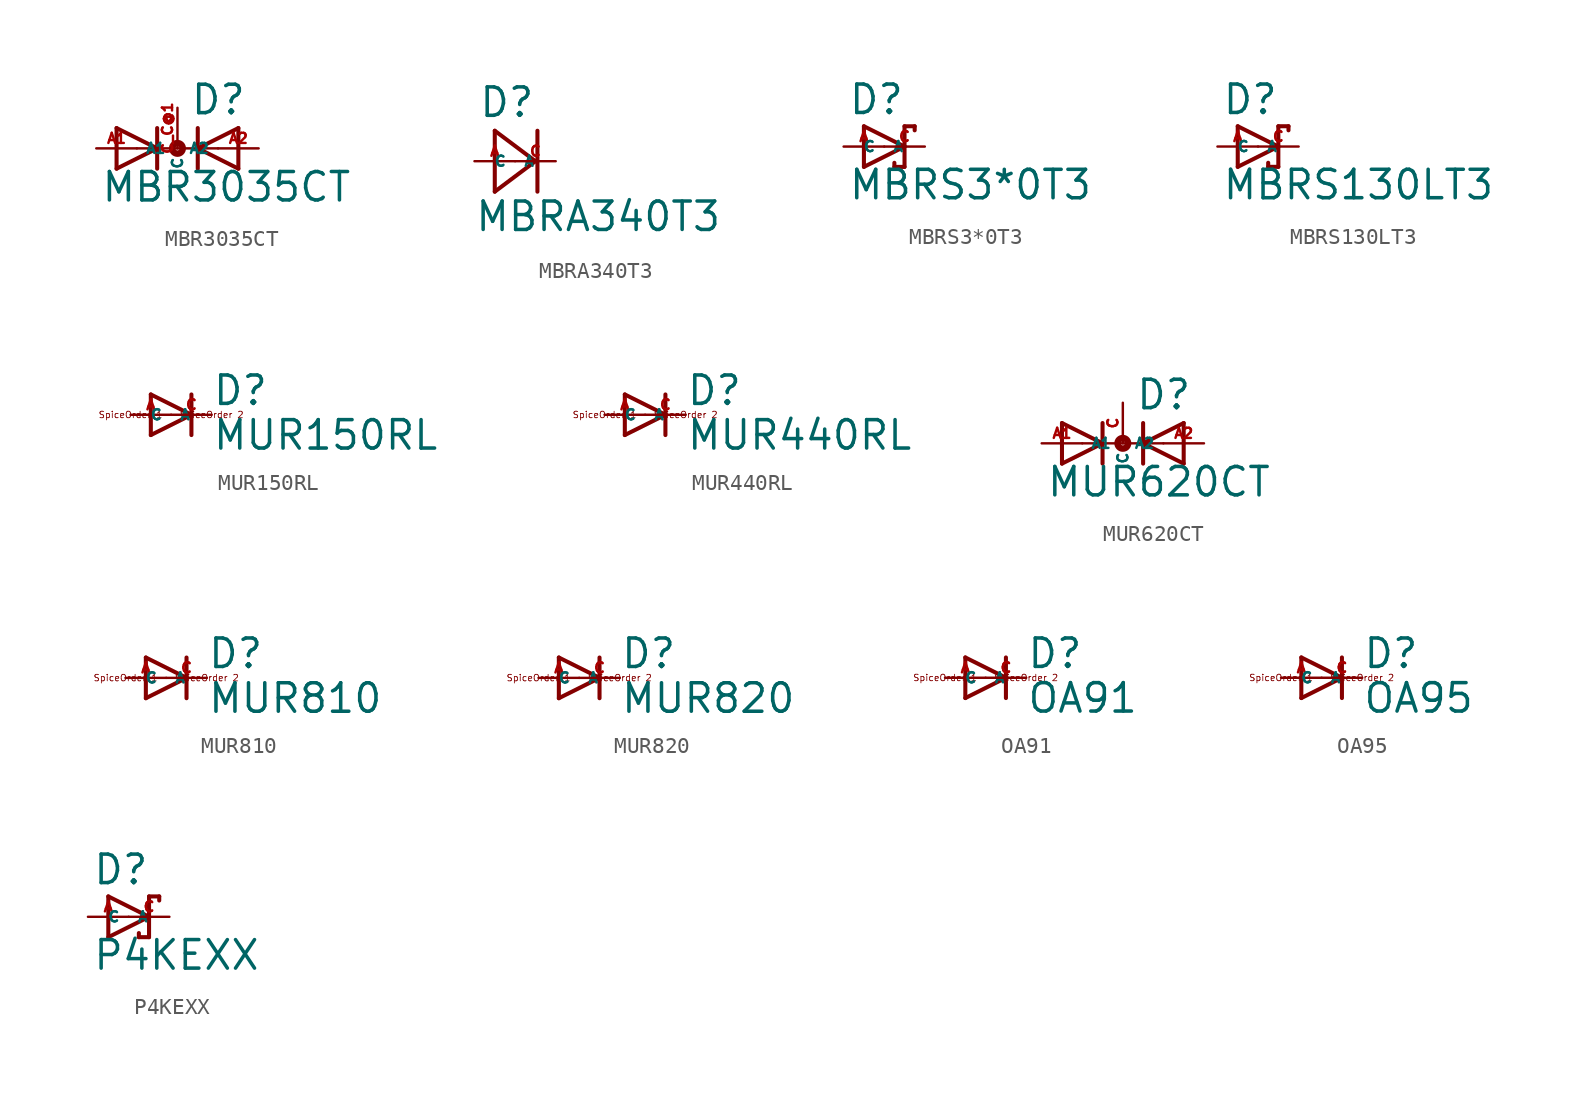
<source format=kicad_sym>
(kicad_symbol_lib
  (version 20220914)
  (generator Eagle2Kicad)
  (symbol "MBR3035CT"
    (property "Reference" "D"
      (at 0.762 2.007 0)
      (effects (font (size 1.778 1.778) (thickness 0.22)) (justify left bottom)))
    (property "Value" "MBR3035CT"
      (at -4.826 -3.454 0)
      (effects (font (size 1.778 1.778) (thickness 0.22)) (justify left bottom)))
    (polyline
      (pts (xy -3.81 -1.27) (xy -1.27 0))
      (stroke (width 0.254) (type default))
      (fill (type none)))
    (polyline
      (pts (xy -1.27 0) (xy -3.81 1.27))
      (stroke (width 0.254) (type default))
      (fill (type none)))
    (polyline
      (pts (xy -1.27 1.27) (xy -1.27 0))
      (stroke (width 0.254) (type default))
      (fill (type none)))
    (polyline
      (pts (xy -2.54 0) (xy -1.27 0))
      (stroke (width 0.152) (type default))
      (fill (type none)))
    (polyline
      (pts (xy -3.81 1.27) (xy -3.81 -1.27))
      (stroke (width 0.254) (type default))
      (fill (type none)))
    (polyline
      (pts (xy -1.27 0) (xy -1.27 -1.27))
      (stroke (width 0.254) (type default))
      (fill (type none)))
    (polyline
      (pts (xy 3.81 1.27) (xy 1.27 0))
      (stroke (width 0.254) (type default))
      (fill (type none)))
    (polyline
      (pts (xy 1.27 0) (xy 3.81 -1.27))
      (stroke (width 0.254) (type default))
      (fill (type none)))
    (polyline
      (pts (xy 1.27 -1.27) (xy 1.27 0))
      (stroke (width 0.254) (type default))
      (fill (type none)))
    (polyline
      (pts (xy -1.27 0) (xy 1.27 0))
      (stroke (width 0.152) (type default))
      (fill (type none)))
    (polyline
      (pts (xy 2.54 0) (xy 1.27 0))
      (stroke (width 0.152) (type default))
      (fill (type none)))
    (polyline
      (pts (xy 3.81 -1.27) (xy 3.81 1.27))
      (stroke (width 0.254) (type default))
      (fill (type none)))
    (polyline
      (pts (xy 1.27 0) (xy 1.27 1.27))
      (stroke (width 0.254) (type default))
      (fill (type none)))
    (circle
      (center 0 0)
      (radius 0.127)
      (stroke (width 0.406) (type default))
      (fill (type none)))
    (pin passive line
      (at -5.08 0 0)
      (length 2.54)
      (name "A1" (effects (font (size 0.635 0.635) (thickness 0.08)) (justify left bottom)))
      (number "A1" (effects (font (size 0.635 0.635) (thickness 0.08)) (justify left bottom))))
    (pin passive line
      (at 5.08 0 180)
      (length 2.54)
      (name "A2" (effects (font (size 0.635 0.635) (thickness 0.08)) (justify left bottom)))
      (number "A2" (effects (font (size 0.635 0.635) (thickness 0.08)) (justify left bottom))))
    (pin passive line
      (at 0 2.54 270)
      (length 2.54)
      (name "C" (effects (font (size 0.635 0.635) (thickness 0.08)) (justify left bottom)))
      (number "C C@1" (effects (font (size 0.635 0.635) (thickness 0.08)) (justify left bottom)))))
  (symbol "MBRA340T3"
    (property "Reference" "D"
      (at -2.311 2.642 0)
      (effects (font (size 1.778 1.778) (thickness 0.22)) (justify left bottom)))
    (property "Value" "MBRA340T3"
      (at -2.565 -4.496 0)
      (effects (font (size 1.778 1.778) (thickness 0.22)) (justify left bottom)))
    (polyline
      (pts (xy -1.27 -1.905) (xy 1.27 0))
      (stroke (width 0.254) (type default))
      (fill (type none)))
    (polyline
      (pts (xy 1.27 0) (xy -1.27 1.905))
      (stroke (width 0.254) (type default))
      (fill (type none)))
    (polyline
      (pts (xy -1.27 1.905) (xy -1.27 -1.905))
      (stroke (width 0.254) (type default))
      (fill (type none)))
    (polyline
      (pts (xy 1.397 1.905) (xy 1.397 -1.905))
      (stroke (width 0.254) (type default))
      (fill (type none)))
    (pin passive line
      (at -2.54 0 0)
      (length 2.54)
      (name "A" (effects (font (size 0.635 0.635) (thickness 0.08)) (justify left bottom)))
      (number "A" (effects (font (size 0.635 0.635) (thickness 0.08)) (justify left bottom))))
    (pin passive line
      (at 2.54 0 180)
      (length 2.54)
      (name "C" (effects (font (size 0.635 0.635) (thickness 0.08)) (justify left bottom)))
      (number "C" (effects (font (size 0.635 0.635) (thickness 0.08)) (justify left bottom)))))
  (symbol "MBRS3*0T3"
    (property "Reference" "D"
      (at -2.286 1.905 0)
      (effects (font (size 1.778 1.778) (thickness 0.22)) (justify left bottom)))
    (property "Value" "MBRS3*0T3"
      (at -2.286 -3.429 0)
      (effects (font (size 1.778 1.778) (thickness 0.22)) (justify left bottom)))
    (polyline
      (pts (xy -1.27 -1.27) (xy 1.27 0))
      (stroke (width 0.254) (type default))
      (fill (type none)))
    (polyline
      (pts (xy 1.27 0) (xy -1.27 1.27))
      (stroke (width 0.254) (type default))
      (fill (type none)))
    (polyline
      (pts (xy 1.905 1.27) (xy 1.27 1.27))
      (stroke (width 0.254) (type default))
      (fill (type none)))
    (polyline
      (pts (xy 1.27 1.27) (xy 1.27 0))
      (stroke (width 0.254) (type default))
      (fill (type none)))
    (polyline
      (pts (xy -1.27 1.27) (xy -1.27 -1.27))
      (stroke (width 0.254) (type default))
      (fill (type none)))
    (polyline
      (pts (xy 1.27 0) (xy 1.27 -1.27))
      (stroke (width 0.254) (type default))
      (fill (type none)))
    (polyline
      (pts (xy 1.905 1.27) (xy 1.905 1.016))
      (stroke (width 0.254) (type default))
      (fill (type none)))
    (polyline
      (pts (xy 1.27 -1.27) (xy 0.635 -1.27))
      (stroke (width 0.254) (type default))
      (fill (type none)))
    (polyline
      (pts (xy 0.635 -1.016) (xy 0.635 -1.27))
      (stroke (width 0.254) (type default))
      (fill (type none)))
    (pin passive line
      (at -2.54 0 0)
      (length 2.54)
      (name "A" (effects (font (size 0.635 0.635) (thickness 0.08)) (justify left bottom)))
      (number "A" (effects (font (size 0.635 0.635) (thickness 0.08)) (justify left bottom))))
    (pin passive line
      (at 2.54 0 180)
      (length 2.54)
      (name "C" (effects (font (size 0.635 0.635) (thickness 0.08)) (justify left bottom)))
      (number "C" (effects (font (size 0.635 0.635) (thickness 0.08)) (justify left bottom)))))
  (symbol "MBRS130LT3"
    (property "Reference" "D"
      (at -2.286 1.905 0)
      (effects (font (size 1.778 1.778) (thickness 0.22)) (justify left bottom)))
    (property "Value" "MBRS130LT3"
      (at -2.286 -3.429 0)
      (effects (font (size 1.778 1.778) (thickness 0.22)) (justify left bottom)))
    (polyline
      (pts (xy -1.27 -1.27) (xy 1.27 0))
      (stroke (width 0.254) (type default))
      (fill (type none)))
    (polyline
      (pts (xy 1.27 0) (xy -1.27 1.27))
      (stroke (width 0.254) (type default))
      (fill (type none)))
    (polyline
      (pts (xy 1.905 1.27) (xy 1.27 1.27))
      (stroke (width 0.254) (type default))
      (fill (type none)))
    (polyline
      (pts (xy 1.27 1.27) (xy 1.27 0))
      (stroke (width 0.254) (type default))
      (fill (type none)))
    (polyline
      (pts (xy -1.27 1.27) (xy -1.27 -1.27))
      (stroke (width 0.254) (type default))
      (fill (type none)))
    (polyline
      (pts (xy 1.27 0) (xy 1.27 -1.27))
      (stroke (width 0.254) (type default))
      (fill (type none)))
    (polyline
      (pts (xy 1.905 1.27) (xy 1.905 1.016))
      (stroke (width 0.254) (type default))
      (fill (type none)))
    (polyline
      (pts (xy 1.27 -1.27) (xy 0.635 -1.27))
      (stroke (width 0.254) (type default))
      (fill (type none)))
    (polyline
      (pts (xy 0.635 -1.016) (xy 0.635 -1.27))
      (stroke (width 0.254) (type default))
      (fill (type none)))
    (pin passive line
      (at -2.54 0 0)
      (length 2.54)
      (name "A" (effects (font (size 0.635 0.635) (thickness 0.08)) (justify left bottom)))
      (number "A" (effects (font (size 0.635 0.635) (thickness 0.08)) (justify left bottom))))
    (pin passive line
      (at 2.54 0 180)
      (length 2.54)
      (name "C" (effects (font (size 0.635 0.635) (thickness 0.08)) (justify left bottom)))
      (number "C" (effects (font (size 0.635 0.635) (thickness 0.08)) (justify left bottom)))))
  (symbol "MUR150RL"
    (property "Reference" "D"
      (at 2.54 0.483 0)
      (effects (font (size 1.778 1.778) (thickness 0.22)) (justify left bottom)))
    (property "Value" "MUR150RL"
      (at 2.54 -2.311 0)
      (effects (font (size 1.778 1.778) (thickness 0.22)) (justify left bottom)))
    (polyline
      (pts (xy -1.27 -1.27) (xy 1.27 0))
      (stroke (width 0.254) (type default))
      (fill (type none)))
    (polyline
      (pts (xy 1.27 0) (xy -1.27 1.27))
      (stroke (width 0.254) (type default))
      (fill (type none)))
    (polyline
      (pts (xy 1.27 1.27) (xy 1.27 0))
      (stroke (width 0.254) (type default))
      (fill (type none)))
    (polyline
      (pts (xy -1.27 1.27) (xy -1.27 -1.27))
      (stroke (width 0.254) (type default))
      (fill (type none)))
    (polyline
      (pts (xy 1.27 0) (xy 1.27 -1.27))
      (stroke (width 0.254) (type default))
      (fill (type none)))
    (text "SpiceOrder 1"
      (at -2.54 0 0)
      (effects (font (size 0.406 0.406) (thickness 0.05))))
    (text "SpiceOrder 2"
      (at 2.54 0 0)
      (effects (font (size 0.406 0.406) (thickness 0.05))))
    (pin passive line
      (at -2.54 0 0)
      (length 2.54)
      (name "A" (effects (font (size 0.635 0.635) (thickness 0.08)) (justify left bottom)))
      (number "A" (effects (font (size 0.635 0.635) (thickness 0.08)) (justify left bottom))))
    (pin passive line
      (at 2.54 0 180)
      (length 2.54)
      (name "C" (effects (font (size 0.635 0.635) (thickness 0.08)) (justify left bottom)))
      (number "C" (effects (font (size 0.635 0.635) (thickness 0.08)) (justify left bottom)))))
  (symbol "MUR440RL"
    (property "Reference" "D"
      (at 2.54 0.483 0)
      (effects (font (size 1.778 1.778) (thickness 0.22)) (justify left bottom)))
    (property "Value" "MUR440RL"
      (at 2.54 -2.311 0)
      (effects (font (size 1.778 1.778) (thickness 0.22)) (justify left bottom)))
    (polyline
      (pts (xy -1.27 -1.27) (xy 1.27 0))
      (stroke (width 0.254) (type default))
      (fill (type none)))
    (polyline
      (pts (xy 1.27 0) (xy -1.27 1.27))
      (stroke (width 0.254) (type default))
      (fill (type none)))
    (polyline
      (pts (xy 1.27 1.27) (xy 1.27 0))
      (stroke (width 0.254) (type default))
      (fill (type none)))
    (polyline
      (pts (xy -1.27 1.27) (xy -1.27 -1.27))
      (stroke (width 0.254) (type default))
      (fill (type none)))
    (polyline
      (pts (xy 1.27 0) (xy 1.27 -1.27))
      (stroke (width 0.254) (type default))
      (fill (type none)))
    (text "SpiceOrder 1"
      (at -2.54 0 0)
      (effects (font (size 0.406 0.406) (thickness 0.05))))
    (text "SpiceOrder 2"
      (at 2.54 0 0)
      (effects (font (size 0.406 0.406) (thickness 0.05))))
    (pin passive line
      (at -2.54 0 0)
      (length 2.54)
      (name "A" (effects (font (size 0.635 0.635) (thickness 0.08)) (justify left bottom)))
      (number "A" (effects (font (size 0.635 0.635) (thickness 0.08)) (justify left bottom))))
    (pin passive line
      (at 2.54 0 180)
      (length 2.54)
      (name "C" (effects (font (size 0.635 0.635) (thickness 0.08)) (justify left bottom)))
      (number "C" (effects (font (size 0.635 0.635) (thickness 0.08)) (justify left bottom)))))
  (symbol "MUR620CT"
    (property "Reference" "D"
      (at 0.762 2.007 0)
      (effects (font (size 1.778 1.778) (thickness 0.22)) (justify left bottom)))
    (property "Value" "MUR620CT"
      (at -4.826 -3.454 0)
      (effects (font (size 1.778 1.778) (thickness 0.22)) (justify left bottom)))
    (polyline
      (pts (xy -3.81 -1.27) (xy -1.27 0))
      (stroke (width 0.254) (type default))
      (fill (type none)))
    (polyline
      (pts (xy -1.27 0) (xy -3.81 1.27))
      (stroke (width 0.254) (type default))
      (fill (type none)))
    (polyline
      (pts (xy -1.27 1.27) (xy -1.27 0))
      (stroke (width 0.254) (type default))
      (fill (type none)))
    (polyline
      (pts (xy -2.54 0) (xy -1.27 0))
      (stroke (width 0.152) (type default))
      (fill (type none)))
    (polyline
      (pts (xy -3.81 1.27) (xy -3.81 -1.27))
      (stroke (width 0.254) (type default))
      (fill (type none)))
    (polyline
      (pts (xy -1.27 0) (xy -1.27 -1.27))
      (stroke (width 0.254) (type default))
      (fill (type none)))
    (polyline
      (pts (xy 3.81 1.27) (xy 1.27 0))
      (stroke (width 0.254) (type default))
      (fill (type none)))
    (polyline
      (pts (xy 1.27 0) (xy 3.81 -1.27))
      (stroke (width 0.254) (type default))
      (fill (type none)))
    (polyline
      (pts (xy 1.27 -1.27) (xy 1.27 0))
      (stroke (width 0.254) (type default))
      (fill (type none)))
    (polyline
      (pts (xy -1.27 0) (xy 1.27 0))
      (stroke (width 0.152) (type default))
      (fill (type none)))
    (polyline
      (pts (xy 2.54 0) (xy 1.27 0))
      (stroke (width 0.152) (type default))
      (fill (type none)))
    (polyline
      (pts (xy 3.81 -1.27) (xy 3.81 1.27))
      (stroke (width 0.254) (type default))
      (fill (type none)))
    (polyline
      (pts (xy 1.27 0) (xy 1.27 1.27))
      (stroke (width 0.254) (type default))
      (fill (type none)))
    (circle
      (center 0 0)
      (radius 0.127)
      (stroke (width 0.406) (type default))
      (fill (type none)))
    (pin passive line
      (at -5.08 0 0)
      (length 2.54)
      (name "A1" (effects (font (size 0.635 0.635) (thickness 0.08)) (justify left bottom)))
      (number "A1" (effects (font (size 0.635 0.635) (thickness 0.08)) (justify left bottom))))
    (pin passive line
      (at 5.08 0 180)
      (length 2.54)
      (name "A2" (effects (font (size 0.635 0.635) (thickness 0.08)) (justify left bottom)))
      (number "A2" (effects (font (size 0.635 0.635) (thickness 0.08)) (justify left bottom))))
    (pin passive line
      (at 0 2.54 270)
      (length 2.54)
      (name "C" (effects (font (size 0.635 0.635) (thickness 0.08)) (justify left bottom)))
      (number "C" (effects (font (size 0.635 0.635) (thickness 0.08)) (justify left bottom)))))
  (symbol "MUR810"
    (property "Reference" "D"
      (at 2.54 0.483 0)
      (effects (font (size 1.778 1.778) (thickness 0.22)) (justify left bottom)))
    (property "Value" "MUR810"
      (at 2.54 -2.311 0)
      (effects (font (size 1.778 1.778) (thickness 0.22)) (justify left bottom)))
    (polyline
      (pts (xy -1.27 -1.27) (xy 1.27 0))
      (stroke (width 0.254) (type default))
      (fill (type none)))
    (polyline
      (pts (xy 1.27 0) (xy -1.27 1.27))
      (stroke (width 0.254) (type default))
      (fill (type none)))
    (polyline
      (pts (xy 1.27 1.27) (xy 1.27 0))
      (stroke (width 0.254) (type default))
      (fill (type none)))
    (polyline
      (pts (xy -1.27 1.27) (xy -1.27 -1.27))
      (stroke (width 0.254) (type default))
      (fill (type none)))
    (polyline
      (pts (xy 1.27 0) (xy 1.27 -1.27))
      (stroke (width 0.254) (type default))
      (fill (type none)))
    (text "SpiceOrder 1"
      (at -2.54 0 0)
      (effects (font (size 0.406 0.406) (thickness 0.05))))
    (text "SpiceOrder 2"
      (at 2.54 0 0)
      (effects (font (size 0.406 0.406) (thickness 0.05))))
    (pin passive line
      (at -2.54 0 0)
      (length 2.54)
      (name "A" (effects (font (size 0.635 0.635) (thickness 0.08)) (justify left bottom)))
      (number "A" (effects (font (size 0.635 0.635) (thickness 0.08)) (justify left bottom))))
    (pin passive line
      (at 2.54 0 180)
      (length 2.54)
      (name "C" (effects (font (size 0.635 0.635) (thickness 0.08)) (justify left bottom)))
      (number "C" (effects (font (size 0.635 0.635) (thickness 0.08)) (justify left bottom)))))
  (symbol "MUR820"
    (property "Reference" "D"
      (at 2.54 0.483 0)
      (effects (font (size 1.778 1.778) (thickness 0.22)) (justify left bottom)))
    (property "Value" "MUR820"
      (at 2.54 -2.311 0)
      (effects (font (size 1.778 1.778) (thickness 0.22)) (justify left bottom)))
    (polyline
      (pts (xy -1.27 -1.27) (xy 1.27 0))
      (stroke (width 0.254) (type default))
      (fill (type none)))
    (polyline
      (pts (xy 1.27 0) (xy -1.27 1.27))
      (stroke (width 0.254) (type default))
      (fill (type none)))
    (polyline
      (pts (xy 1.27 1.27) (xy 1.27 0))
      (stroke (width 0.254) (type default))
      (fill (type none)))
    (polyline
      (pts (xy -1.27 1.27) (xy -1.27 -1.27))
      (stroke (width 0.254) (type default))
      (fill (type none)))
    (polyline
      (pts (xy 1.27 0) (xy 1.27 -1.27))
      (stroke (width 0.254) (type default))
      (fill (type none)))
    (text "SpiceOrder 1"
      (at -2.54 0 0)
      (effects (font (size 0.406 0.406) (thickness 0.05))))
    (text "SpiceOrder 2"
      (at 2.54 0 0)
      (effects (font (size 0.406 0.406) (thickness 0.05))))
    (pin passive line
      (at -2.54 0 0)
      (length 2.54)
      (name "A" (effects (font (size 0.635 0.635) (thickness 0.08)) (justify left bottom)))
      (number "A" (effects (font (size 0.635 0.635) (thickness 0.08)) (justify left bottom))))
    (pin passive line
      (at 2.54 0 180)
      (length 2.54)
      (name "C" (effects (font (size 0.635 0.635) (thickness 0.08)) (justify left bottom)))
      (number "C" (effects (font (size 0.635 0.635) (thickness 0.08)) (justify left bottom)))))
  (symbol "OA91"
    (property "Reference" "D"
      (at 2.54 0.483 0)
      (effects (font (size 1.778 1.778) (thickness 0.22)) (justify left bottom)))
    (property "Value" "OA91"
      (at 2.54 -2.311 0)
      (effects (font (size 1.778 1.778) (thickness 0.22)) (justify left bottom)))
    (polyline
      (pts (xy -1.27 -1.27) (xy 1.27 0))
      (stroke (width 0.254) (type default))
      (fill (type none)))
    (polyline
      (pts (xy 1.27 0) (xy -1.27 1.27))
      (stroke (width 0.254) (type default))
      (fill (type none)))
    (polyline
      (pts (xy 1.27 1.27) (xy 1.27 0))
      (stroke (width 0.254) (type default))
      (fill (type none)))
    (polyline
      (pts (xy -1.27 1.27) (xy -1.27 -1.27))
      (stroke (width 0.254) (type default))
      (fill (type none)))
    (polyline
      (pts (xy 1.27 0) (xy 1.27 -1.27))
      (stroke (width 0.254) (type default))
      (fill (type none)))
    (text "SpiceOrder 1"
      (at -2.54 0 0)
      (effects (font (size 0.406 0.406) (thickness 0.05))))
    (text "SpiceOrder 2"
      (at 2.54 0 0)
      (effects (font (size 0.406 0.406) (thickness 0.05))))
    (pin passive line
      (at -2.54 0 0)
      (length 2.54)
      (name "A" (effects (font (size 0.635 0.635) (thickness 0.08)) (justify left bottom)))
      (number "A" (effects (font (size 0.635 0.635) (thickness 0.08)) (justify left bottom))))
    (pin passive line
      (at 2.54 0 180)
      (length 2.54)
      (name "C" (effects (font (size 0.635 0.635) (thickness 0.08)) (justify left bottom)))
      (number "C" (effects (font (size 0.635 0.635) (thickness 0.08)) (justify left bottom)))))
  (symbol "OA95"
    (property "Reference" "D"
      (at 2.54 0.483 0)
      (effects (font (size 1.778 1.778) (thickness 0.22)) (justify left bottom)))
    (property "Value" "OA95"
      (at 2.54 -2.311 0)
      (effects (font (size 1.778 1.778) (thickness 0.22)) (justify left bottom)))
    (polyline
      (pts (xy -1.27 -1.27) (xy 1.27 0))
      (stroke (width 0.254) (type default))
      (fill (type none)))
    (polyline
      (pts (xy 1.27 0) (xy -1.27 1.27))
      (stroke (width 0.254) (type default))
      (fill (type none)))
    (polyline
      (pts (xy 1.27 1.27) (xy 1.27 0))
      (stroke (width 0.254) (type default))
      (fill (type none)))
    (polyline
      (pts (xy -1.27 1.27) (xy -1.27 -1.27))
      (stroke (width 0.254) (type default))
      (fill (type none)))
    (polyline
      (pts (xy 1.27 0) (xy 1.27 -1.27))
      (stroke (width 0.254) (type default))
      (fill (type none)))
    (text "SpiceOrder 1"
      (at -2.54 0 0)
      (effects (font (size 0.406 0.406) (thickness 0.05))))
    (text "SpiceOrder 2"
      (at 2.54 0 0)
      (effects (font (size 0.406 0.406) (thickness 0.05))))
    (pin passive line
      (at -2.54 0 0)
      (length 2.54)
      (name "A" (effects (font (size 0.635 0.635) (thickness 0.08)) (justify left bottom)))
      (number "A" (effects (font (size 0.635 0.635) (thickness 0.08)) (justify left bottom))))
    (pin passive line
      (at 2.54 0 180)
      (length 2.54)
      (name "C" (effects (font (size 0.635 0.635) (thickness 0.08)) (justify left bottom)))
      (number "C" (effects (font (size 0.635 0.635) (thickness 0.08)) (justify left bottom)))))
  (symbol "P4KEXX"
    (property "Reference" "D"
      (at -2.286 1.905 0)
      (effects (font (size 1.778 1.778) (thickness 0.22)) (justify left bottom)))
    (property "Value" "P4KEXX"
      (at -2.286 -3.429 0)
      (effects (font (size 1.778 1.778) (thickness 0.22)) (justify left bottom)))
    (polyline
      (pts (xy -1.27 -1.27) (xy 1.27 0))
      (stroke (width 0.254) (type default))
      (fill (type none)))
    (polyline
      (pts (xy 1.27 0) (xy -1.27 1.27))
      (stroke (width 0.254) (type default))
      (fill (type none)))
    (polyline
      (pts (xy 1.905 1.27) (xy 1.27 1.27))
      (stroke (width 0.254) (type default))
      (fill (type none)))
    (polyline
      (pts (xy 1.27 1.27) (xy 1.27 0))
      (stroke (width 0.254) (type default))
      (fill (type none)))
    (polyline
      (pts (xy -1.27 1.27) (xy -1.27 -1.27))
      (stroke (width 0.254) (type default))
      (fill (type none)))
    (polyline
      (pts (xy 1.27 0) (xy 1.27 -1.27))
      (stroke (width 0.254) (type default))
      (fill (type none)))
    (polyline
      (pts (xy 1.905 1.27) (xy 1.905 1.016))
      (stroke (width 0.254) (type default))
      (fill (type none)))
    (polyline
      (pts (xy 1.27 -1.27) (xy 0.635 -1.27))
      (stroke (width 0.254) (type default))
      (fill (type none)))
    (polyline
      (pts (xy 0.635 -1.016) (xy 0.635 -1.27))
      (stroke (width 0.254) (type default))
      (fill (type none)))
    (pin passive line
      (at -2.54 0 0)
      (length 2.54)
      (name "A" (effects (font (size 0.635 0.635) (thickness 0.08)) (justify left bottom)))
      (number "A" (effects (font (size 0.635 0.635) (thickness 0.08)) (justify left bottom))))
    (pin passive line
      (at 2.54 0 180)
      (length 2.54)
      (name "C" (effects (font (size 0.635 0.635) (thickness 0.08)) (justify left bottom)))
      (number "C" (effects (font (size 0.635 0.635) (thickness 0.08)) (justify left bottom))))))
</source>
